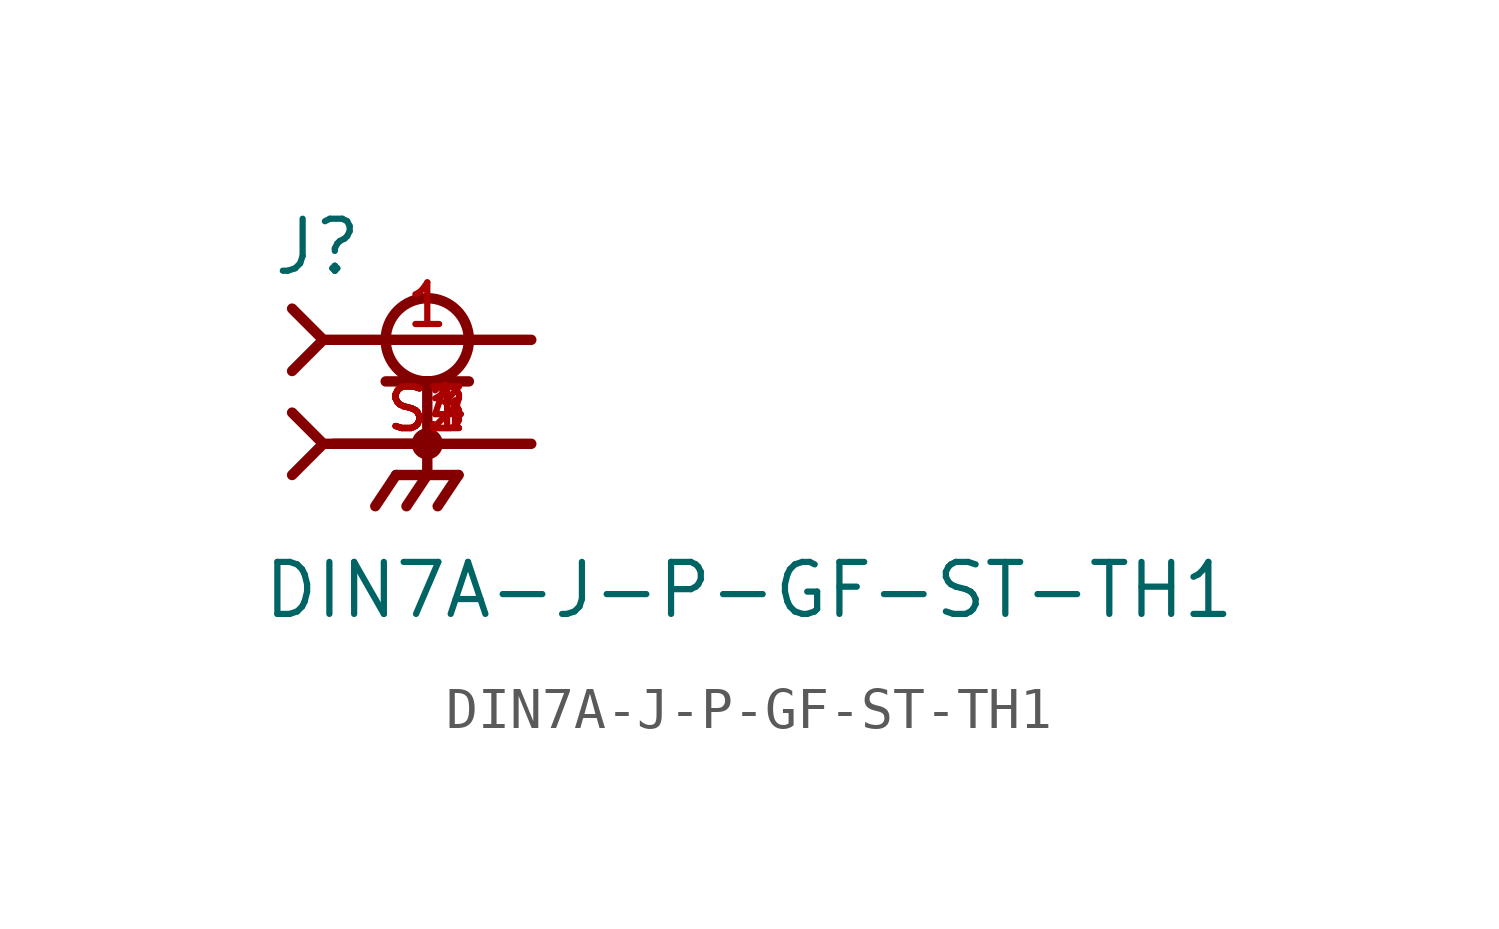
<source format=kicad_sym>
(kicad_symbol_lib
  (version 20211014)
  (generator kicad_symbol_editor)
  (symbol "DIN7A-J-P-GF-ST-TH1"
    (pin_names
      (offset 1.016))
    (property "Reference" "J"
      (at -3.81 4.064 0)
      (effects (font (size 1.27 1.27)) (justify bottom left)))
    (property "Value" "DIN7A-J-P-GF-ST-TH1"
      (at -4.064 -4.318 0)
      (effects (font (size 1.27 1.27)) (justify bottom left)))
    (symbol "DIN7A-J-P-GF-ST-TH1_0_0"
      (circle (center 0.0 2.54) (radius 1.016) (stroke (width 0.254)) (fill (type none)))
      (polyline (pts (xy -1.016 1.524) (xy 0.0 1.524)) (stroke (width 0.254)))
      (polyline (pts (xy 0.0 1.524) (xy 1.016 1.524)) (stroke (width 0.254)))
      (polyline (pts (xy 0.0 0.0) (xy -2.286 0.0)) (stroke (width 0.254)))
      (polyline (pts (xy -3.302 3.302) (xy -2.54 2.54)) (stroke (width 0.254)))
      (polyline (pts (xy -3.302 1.778) (xy -2.54 2.54)) (stroke (width 0.254)))
      (polyline (pts (xy 0.0 1.524) (xy 0.0 0.0)) (stroke (width 0.254)))
      (circle (center 0.0 0.0) (radius 0.254) (stroke (width 0.254)) (fill (type none)))
      (polyline (pts (xy -2.54 2.54) (xy 2.54 2.54)) (stroke (width 0.254)))
      (polyline (pts (xy 2.54 0.0) (xy 0.0 0.0)) (stroke (width 0.254)))
      (polyline (pts (xy 0.0 0.0) (xy 0.0 -0.762)) (stroke (width 0.254)))
      (polyline (pts (xy 0.762 -0.762) (xy -0.762 -0.762)) (stroke (width 0.254)))
      (polyline (pts (xy -0.762 -0.762) (xy -1.27 -1.524)) (stroke (width 0.254)))
      (polyline (pts (xy 0.0 -0.762) (xy -0.508 -1.524)) (stroke (width 0.254)))
      (polyline (pts (xy 0.762 -0.762) (xy 0.254 -1.524)) (stroke (width 0.254)))
      (polyline (pts (xy -3.302 0.762) (xy -2.54 0.0)) (stroke (width 0.254)))
      (polyline (pts (xy -3.302 -0.762) (xy -2.54 0.0)) (stroke (width 0.254)))
      (polyline (pts (xy -2.54 0.0) (xy 0.0 0.0)) (stroke (width 0.254)))
      (pin passive line (at 2.54 2.54 180.0) (length 5.08) (name "~" (effects (font (size 1.016 1.016)))) (number "1" (effects (font (size 1.016 1.016)))))
      (pin passive line (at 2.54 0.0 180.0) (length 5.08) (name "~" (effects (font (size 1.016 1.016)))) (number "S1" (effects (font (size 1.016 1.016)))))
      (pin passive line (at 2.54 0.0 180.0) (length 5.08) (name "~" (effects (font (size 1.016 1.016)))) (number "S2" (effects (font (size 1.016 1.016)))))
      (pin passive line (at 2.54 0.0 180.0) (length 5.08) (name "~" (effects (font (size 1.016 1.016)))) (number "S3" (effects (font (size 1.016 1.016)))))
      (pin passive line (at 2.54 0.0 180.0) (length 5.08) (name "~" (effects (font (size 1.016 1.016)))) (number "S4" (effects (font (size 1.016 1.016))))))))
</source>
